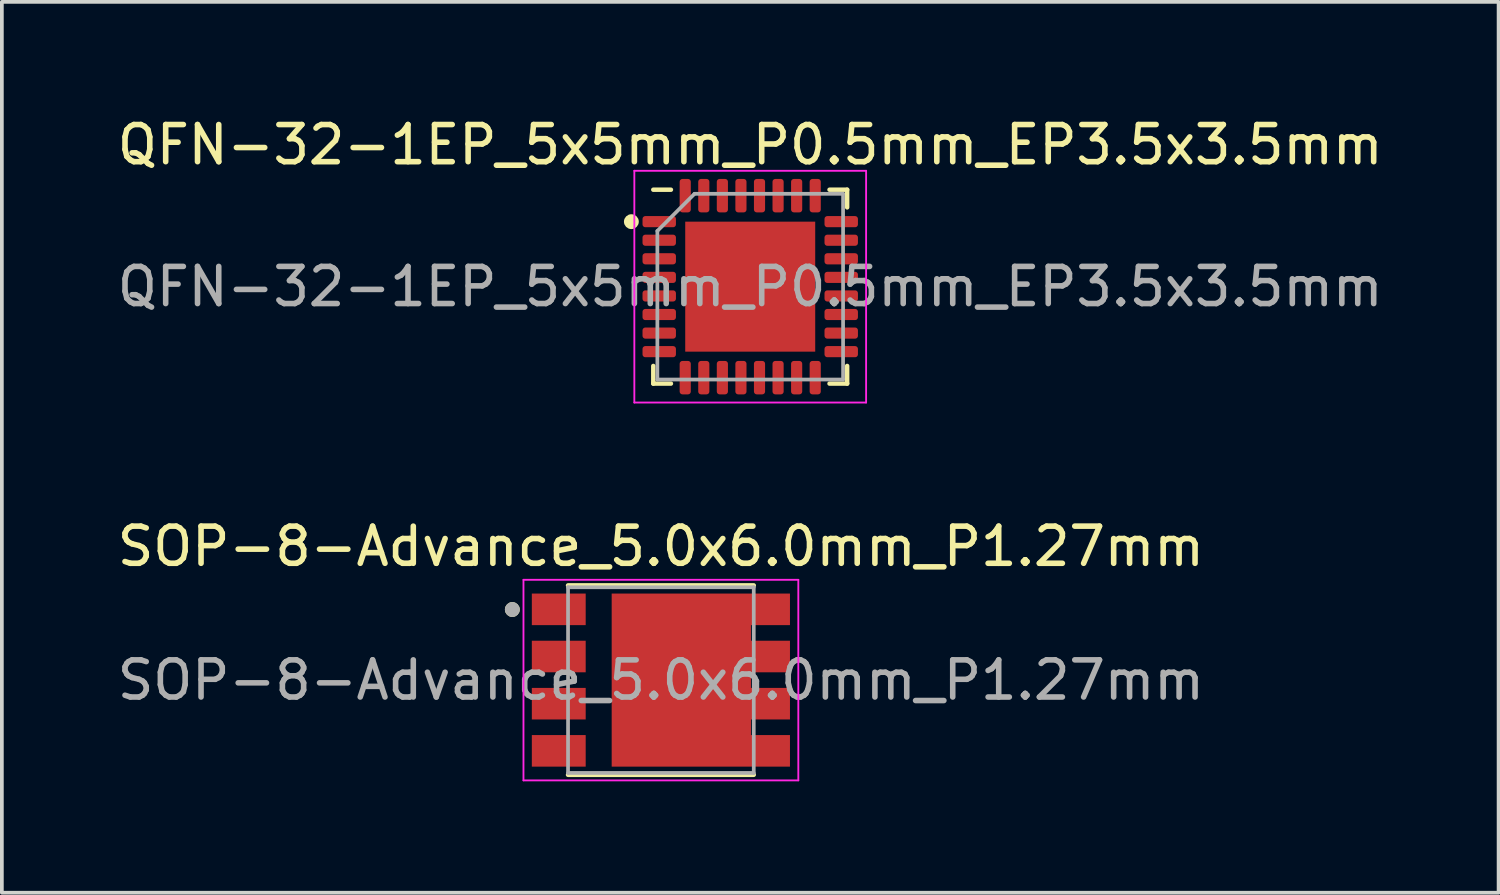
<source format=kicad_pcb>
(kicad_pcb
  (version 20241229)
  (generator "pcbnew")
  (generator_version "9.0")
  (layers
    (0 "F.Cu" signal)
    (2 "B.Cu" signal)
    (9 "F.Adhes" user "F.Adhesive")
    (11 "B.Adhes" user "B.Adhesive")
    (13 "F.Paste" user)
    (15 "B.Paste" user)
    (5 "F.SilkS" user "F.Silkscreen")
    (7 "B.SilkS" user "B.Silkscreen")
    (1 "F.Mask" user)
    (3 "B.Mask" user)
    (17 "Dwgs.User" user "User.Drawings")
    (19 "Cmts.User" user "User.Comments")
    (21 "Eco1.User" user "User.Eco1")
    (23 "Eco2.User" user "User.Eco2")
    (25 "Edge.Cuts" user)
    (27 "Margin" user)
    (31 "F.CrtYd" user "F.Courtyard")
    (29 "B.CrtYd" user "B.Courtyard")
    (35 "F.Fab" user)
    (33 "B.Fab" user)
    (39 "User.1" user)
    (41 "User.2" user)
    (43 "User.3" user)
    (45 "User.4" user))
  (footprint "SOP-8-Advance_5.0x6.0mm_P1.27mm"
    (layer "F.Cu")
    (at 14.744 15.261)
    (property "Reference" "SOP-8-Advance_5.0x6.0mm_P1.27mm" (at 0 -3.6 0) (layer "F.SilkS") (effects (font (size 1 1) (thickness 0.15))))
    (attr smd)
    (fp_line (start -2.5 -2.55) (end 2.5 -2.55) (stroke (width 0.12) (type solid)) (layer "F.SilkS"))
    (fp_line (start -2.5 2.55) (end 2.5 2.55) (stroke (width 0.12) (type solid)) (layer "F.SilkS"))
    (fp_circle (center -4 -1.9) (end -3.9 -1.9) (stroke (width 0.2) (type solid)) (fill no) (layer "F.SilkS"))
    (fp_poly (pts (xy -1 -2.1) (xy 0.3 -2.1) (xy 0.3 -0.2) (xy -1 -0.2)) (stroke (width 0.01) (type solid)) (fill yes) (layer "F.Paste"))
    (fp_poly (pts (xy -1 0.2) (xy 0.3 0.2) (xy 0.3 2.1) (xy -1 2.1)) (stroke (width 0.01) (type solid)) (fill yes) (layer "F.Paste"))
    (fp_poly (pts (xy 0.7 -2.1) (xy 2 -2.1) (xy 2 -0.2) (xy 0.7 -0.2)) (stroke (width 0.01) (type solid)) (fill yes) (layer "F.Paste"))
    (fp_poly (pts (xy 0.7 0.2) (xy 2 0.2) (xy 2 2.1) (xy 0.7 2.1)) (stroke (width 0.01) (type solid)) (fill yes) (layer "F.Paste"))
    (fp_line (start -3.7 -2.7) (end 3.7 -2.7) (stroke (width 0.05) (type solid)) (layer "F.CrtYd"))
    (fp_line (start -3.7 2.7) (end -3.7 -2.7) (stroke (width 0.05) (type solid)) (layer "F.CrtYd"))
    (fp_line (start -3.7 2.7) (end 3.7 2.7) (stroke (width 0.05) (type solid)) (layer "F.CrtYd"))
    (fp_line (start 3.7 2.7) (end 3.7 -2.7) (stroke (width 0.05) (type solid)) (layer "F.CrtYd"))
    (fp_line (start -2.5 -2.5) (end 2.5 -2.5) (stroke (width 0.1) (type solid)) (layer "F.Fab"))
    (fp_line (start -2.5 2.5) (end -2.5 -2.5) (stroke (width 0.1) (type solid)) (layer "F.Fab"))
    (fp_line (start 2.5 -2.5) (end 2.5 2.5) (stroke (width 0.1) (type solid)) (layer "F.Fab"))
    (fp_line (start 2.5 2.5) (end -2.5 2.5) (stroke (width 0.1) (type solid)) (layer "F.Fab"))
    (fp_circle (center -4 -1.9) (end -3.9 -1.9) (stroke (width 0.2) (type solid)) (fill no) (layer "F.Fab"))
    (fp_text user "${REFERENCE}" (at 0 0 0) (layer "F.Fab") (effects (font (size 1 1) (thickness 0.15))))
    (pad "1" smd rect (at -2.75 -1.905) (size 1.45 0.85) (layers "F.Cu" "F.Mask" "F.Paste"))
    (pad "2" smd rect (at -2.75 -0.635) (size 1.45 0.85) (layers "F.Cu" "F.Mask" "F.Paste"))
    (pad "3" smd rect (at -2.75 0.635) (size 1.45 0.85) (layers "F.Cu" "F.Mask" "F.Paste"))
    (pad "4" smd rect (at -2.75 1.905) (size 1.45 0.85) (layers "F.Cu" "F.Mask" "F.Paste"))
    (pad "5" smd custom (at 0.55 0) (size 3.75 4.66) (layers "F.Cu" "F.Mask") (options (anchor rect)) (primitives (gr_poly (pts (xy 1.75 1.48) (xy 2.925 1.48) (xy 2.925 2.33) (xy 1.75 2.33)) (width 0) (fill yes)) (gr_poly (pts (xy 1.75 0.21) (xy 2.925 0.21) (xy 2.925 1.06) (xy 1.75 1.06)) (width 0) (fill yes)) (gr_poly (pts (xy 1.75 -2.33) (xy 2.925 -2.33) (xy 2.925 -1.48) (xy 1.75 -1.48)) (width 0) (fill yes)) (gr_poly (pts (xy 1.75 -1.06) (xy 2.925 -1.06) (xy 2.925 -0.21) (xy 1.75 -0.21)) (width 0) (fill yes)))))
  (footprint "QFN-32-1EP_5x5mm_P0.5mm_EP3.5x3.5mm"
    (layer "F.Cu")
    (at 17.149 4.668)
    (property "Reference" "QFN-32-1EP_5x5mm_P0.5mm_EP3.5x3.5mm" (at 0 -3.82 0) (layer "F.SilkS") (effects (font (size 1 1) (thickness 0.15))))
    (attr smd)
    (fp_line (start -2.61 2.61) (end -2.61 2.135) (stroke (width 0.12) (type solid)) (layer "F.SilkS"))
    (fp_line (start -2.135 -2.61) (end -2.61 -2.61) (stroke (width 0.12) (type solid)) (layer "F.SilkS"))
    (fp_line (start -2.135 2.61) (end -2.61 2.61) (stroke (width 0.12) (type solid)) (layer "F.SilkS"))
    (fp_line (start 2.135 -2.61) (end 2.61 -2.61) (stroke (width 0.12) (type solid)) (layer "F.SilkS"))
    (fp_line (start 2.135 2.61) (end 2.61 2.61) (stroke (width 0.12) (type solid)) (layer "F.SilkS"))
    (fp_line (start 2.61 -2.61) (end 2.61 -2.135) (stroke (width 0.12) (type solid)) (layer "F.SilkS"))
    (fp_line (start 2.61 2.61) (end 2.61 2.135) (stroke (width 0.12) (type solid)) (layer "F.SilkS"))
    (fp_circle (center -3.2 -1.75) (end -3.1 -1.75) (stroke (width 0.2) (type solid)) (fill no) (layer "F.SilkS"))
    (fp_line (start -3.12 -3.12) (end -3.12 3.12) (stroke (width 0.05) (type solid)) (layer "F.CrtYd"))
    (fp_line (start -3.12 3.12) (end 3.12 3.12) (stroke (width 0.05) (type solid)) (layer "F.CrtYd"))
    (fp_line (start 3.12 -3.12) (end -3.12 -3.12) (stroke (width 0.05) (type solid)) (layer "F.CrtYd"))
    (fp_line (start 3.12 3.12) (end 3.12 -3.12) (stroke (width 0.05) (type solid)) (layer "F.CrtYd"))
    (fp_line (start -2.5 -1.5) (end -1.5 -2.5) (stroke (width 0.1) (type solid)) (layer "F.Fab"))
    (fp_line (start -2.5 2.5) (end -2.5 -1.5) (stroke (width 0.1) (type solid)) (layer "F.Fab"))
    (fp_line (start -1.5 -2.5) (end 2.5 -2.5) (stroke (width 0.1) (type solid)) (layer "F.Fab"))
    (fp_line (start 2.5 -2.5) (end 2.5 2.5) (stroke (width 0.1) (type solid)) (layer "F.Fab"))
    (fp_line (start 2.5 2.5) (end -2.5 2.5) (stroke (width 0.1) (type solid)) (layer "F.Fab"))
    (fp_text user "${REFERENCE}" (at 0 0 0) (layer "F.Fab") (effects (font (size 1 1) (thickness 0.15))))
    (pad "" smd roundrect (at -1.15 -1.15) (size 0.93 0.93) (layers "F.Paste") (roundrect_rratio 0.25))
    (pad "" smd roundrect (at -1.15 0) (size 0.93 0.93) (layers "F.Paste") (roundrect_rratio 0.25))
    (pad "" smd roundrect (at -1.15 1.15) (size 0.93 0.93) (layers "F.Paste") (roundrect_rratio 0.25))
    (pad "" smd roundrect (at 0 -1.15) (size 0.93 0.93) (layers "F.Paste") (roundrect_rratio 0.25))
    (pad "" smd roundrect (at 0 0) (size 0.93 0.93) (layers "F.Paste") (roundrect_rratio 0.25))
    (pad "" smd roundrect (at 0 1.15) (size 0.93 0.93) (layers "F.Paste") (roundrect_rratio 0.25))
    (pad "" smd roundrect (at 1.15 -1.15) (size 0.93 0.93) (layers "F.Paste") (roundrect_rratio 0.25))
    (pad "" smd roundrect (at 1.15 0) (size 0.93 0.93) (layers "F.Paste") (roundrect_rratio 0.25))
    (pad "" smd roundrect (at 1.15 1.15) (size 0.93 0.93) (layers "F.Paste") (roundrect_rratio 0.25))
    (pad "1" smd roundrect (at -2.45 -1.75) (size 0.9 0.3) (layers "F.Cu" "F.Mask" "F.Paste") (roundrect_rratio 0.25))
    (pad "2" smd roundrect (at -2.45 -1.25) (size 0.9 0.3) (layers "F.Cu" "F.Mask" "F.Paste") (roundrect_rratio 0.25))
    (pad "3" smd roundrect (at -2.45 -0.75) (size 0.9 0.3) (layers "F.Cu" "F.Mask" "F.Paste") (roundrect_rratio 0.25))
    (pad "4" smd roundrect (at -2.45 -0.25) (size 0.9 0.3) (layers "F.Cu" "F.Mask" "F.Paste") (roundrect_rratio 0.25))
    (pad "5" smd roundrect (at -2.45 0.25) (size 0.9 0.3) (layers "F.Cu" "F.Mask" "F.Paste") (roundrect_rratio 0.25))
    (pad "6" smd roundrect (at -2.45 0.75) (size 0.9 0.3) (layers "F.Cu" "F.Mask" "F.Paste") (roundrect_rratio 0.25))
    (pad "7" smd roundrect (at -2.45 1.25) (size 0.9 0.3) (layers "F.Cu" "F.Mask" "F.Paste") (roundrect_rratio 0.25))
    (pad "8" smd roundrect (at -2.45 1.75) (size 0.9 0.3) (layers "F.Cu" "F.Mask" "F.Paste") (roundrect_rratio 0.25))
    (pad "9" smd roundrect (at -1.75 2.45) (size 0.3 0.9) (layers "F.Cu" "F.Mask" "F.Paste") (roundrect_rratio 0.25))
    (pad "10" smd roundrect (at -1.25 2.45) (size 0.3 0.9) (layers "F.Cu" "F.Mask" "F.Paste") (roundrect_rratio 0.25))
    (pad "11" smd roundrect (at -0.75 2.45) (size 0.3 0.9) (layers "F.Cu" "F.Mask" "F.Paste") (roundrect_rratio 0.25))
    (pad "12" smd roundrect (at -0.25 2.45) (size 0.3 0.9) (layers "F.Cu" "F.Mask" "F.Paste") (roundrect_rratio 0.25))
    (pad "13" smd roundrect (at 0.25 2.45) (size 0.3 0.9) (layers "F.Cu" "F.Mask" "F.Paste") (roundrect_rratio 0.25))
    (pad "14" smd roundrect (at 0.75 2.45) (size 0.3 0.9) (layers "F.Cu" "F.Mask" "F.Paste") (roundrect_rratio 0.25))
    (pad "15" smd roundrect (at 1.25 2.45) (size 0.3 0.9) (layers "F.Cu" "F.Mask" "F.Paste") (roundrect_rratio 0.25))
    (pad "16" smd roundrect (at 1.75 2.45) (size 0.3 0.9) (layers "F.Cu" "F.Mask" "F.Paste") (roundrect_rratio 0.25))
    (pad "17" smd roundrect (at 2.45 1.75) (size 0.9 0.3) (layers "F.Cu" "F.Mask" "F.Paste") (roundrect_rratio 0.25))
    (pad "18" smd roundrect (at 2.45 1.25) (size 0.9 0.3) (layers "F.Cu" "F.Mask" "F.Paste") (roundrect_rratio 0.25))
    (pad "19" smd roundrect (at 2.45 0.75) (size 0.9 0.3) (layers "F.Cu" "F.Mask" "F.Paste") (roundrect_rratio 0.25))
    (pad "20" smd roundrect (at 2.45 0.25) (size 0.9 0.3) (layers "F.Cu" "F.Mask" "F.Paste") (roundrect_rratio 0.25))
    (pad "21" smd roundrect (at 2.45 -0.25) (size 0.9 0.3) (layers "F.Cu" "F.Mask" "F.Paste") (roundrect_rratio 0.25))
    (pad "22" smd roundrect (at 2.45 -0.75) (size 0.9 0.3) (layers "F.Cu" "F.Mask" "F.Paste") (roundrect_rratio 0.25))
    (pad "23" smd roundrect (at 2.45 -1.25) (size 0.9 0.3) (layers "F.Cu" "F.Mask" "F.Paste") (roundrect_rratio 0.25))
    (pad "24" smd roundrect (at 2.45 -1.75) (size 0.9 0.3) (layers "F.Cu" "F.Mask" "F.Paste") (roundrect_rratio 0.25))
    (pad "25" smd roundrect (at 1.75 -2.45) (size 0.3 0.9) (layers "F.Cu" "F.Mask" "F.Paste") (roundrect_rratio 0.25))
    (pad "26" smd roundrect (at 1.25 -2.45) (size 0.3 0.9) (layers "F.Cu" "F.Mask" "F.Paste") (roundrect_rratio 0.25))
    (pad "27" smd roundrect (at 0.75 -2.45) (size 0.3 0.9) (layers "F.Cu" "F.Mask" "F.Paste") (roundrect_rratio 0.25))
    (pad "28" smd roundrect (at 0.25 -2.45) (size 0.3 0.9) (layers "F.Cu" "F.Mask" "F.Paste") (roundrect_rratio 0.25))
    (pad "29" smd roundrect (at -0.25 -2.45) (size 0.3 0.9) (layers "F.Cu" "F.Mask" "F.Paste") (roundrect_rratio 0.25))
    (pad "30" smd roundrect (at -0.75 -2.45) (size 0.3 0.9) (layers "F.Cu" "F.Mask" "F.Paste") (roundrect_rratio 0.25))
    (pad "31" smd roundrect (at -1.25 -2.45) (size 0.3 0.9) (layers "F.Cu" "F.Mask" "F.Paste") (roundrect_rratio 0.25))
    (pad "32" smd roundrect (at -1.75 -2.45) (size 0.3 0.9) (layers "F.Cu" "F.Mask" "F.Paste") (roundrect_rratio 0.25))
    (pad "33" smd rect (at 0 0) (size 3.5 3.5) (layers "F.Cu" "F.Mask")))
  (gr_rect
    (start -3 -3)
    (end 37.298 20.986)
    (stroke (width 0.1) (type default))
    (fill no)
    (layer "Edge.Cuts")))
</source>
